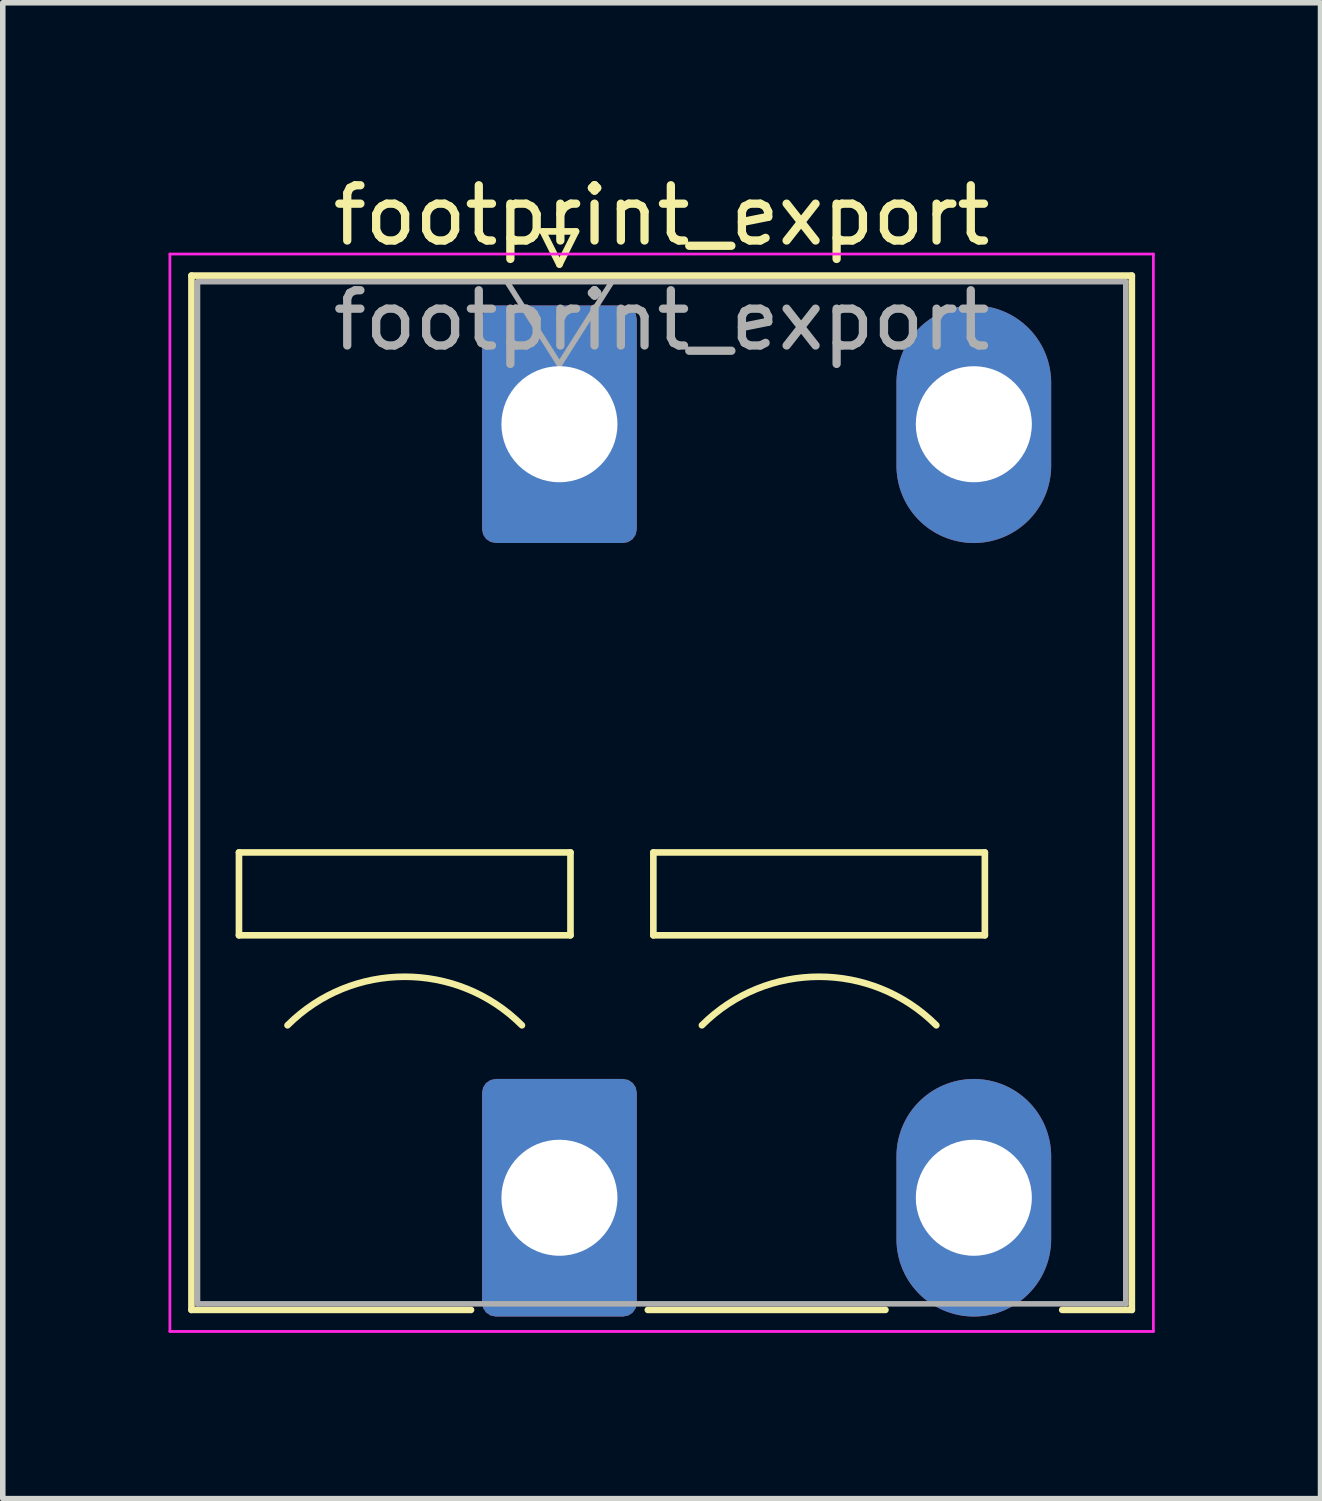
<source format=kicad_pcb>
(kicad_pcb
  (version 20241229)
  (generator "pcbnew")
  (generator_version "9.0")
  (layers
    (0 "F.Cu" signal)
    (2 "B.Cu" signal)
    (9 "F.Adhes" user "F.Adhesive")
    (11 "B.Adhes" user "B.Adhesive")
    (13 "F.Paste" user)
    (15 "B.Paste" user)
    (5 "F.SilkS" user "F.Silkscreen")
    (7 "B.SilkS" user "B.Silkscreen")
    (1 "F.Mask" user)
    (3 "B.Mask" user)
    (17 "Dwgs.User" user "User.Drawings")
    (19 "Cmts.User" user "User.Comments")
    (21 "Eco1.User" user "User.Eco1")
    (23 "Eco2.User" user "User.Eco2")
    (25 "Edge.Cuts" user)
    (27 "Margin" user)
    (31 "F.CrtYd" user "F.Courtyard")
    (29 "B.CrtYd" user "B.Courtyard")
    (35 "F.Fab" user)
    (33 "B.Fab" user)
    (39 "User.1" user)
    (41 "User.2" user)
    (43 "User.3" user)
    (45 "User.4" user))
  (footprint "footprint_export"
    (layer "F.Cu")
    (at 7.075 4.628)
    (property "Reference" "footprint_export" (at 1.85 -3.78 0) (layer "F.SilkS") (effects (font (size 1 1) (thickness 0.15))))
    (attr through_hole)
    (fp_line (start -6.66 -2.69) (end 10.36 -2.69) (stroke (width 0.12) (type solid)) (layer "F.SilkS"))
    (fp_line (start -6.66 16.03) (end -6.66 -2.69) (stroke (width 0.12) (type solid)) (layer "F.SilkS"))
    (fp_line (start -6.66 16.03) (end -1.6 16.03) (stroke (width 0.12) (type solid)) (layer "F.SilkS"))
    (fp_line (start -5.8 7.75) (end -5.8 9.25) (stroke (width 0.12) (type solid)) (layer "F.SilkS"))
    (fp_line (start -5.8 9.25) (end 0.2 9.25) (stroke (width 0.12) (type solid)) (layer "F.SilkS"))
    (fp_line (start -0.3 -3.49) (end 0 -2.89) (stroke (width 0.12) (type solid)) (layer "F.SilkS"))
    (fp_line (start -0.3 -3.49) (end 0.3 -3.49) (stroke (width 0.12) (type solid)) (layer "F.SilkS"))
    (fp_line (start 0.2 7.75) (end -5.8 7.75) (stroke (width 0.12) (type solid)) (layer "F.SilkS"))
    (fp_line (start 0.2 9.25) (end 0.2 7.75) (stroke (width 0.12) (type solid)) (layer "F.SilkS"))
    (fp_line (start 0.3 -3.49) (end 0 -2.89) (stroke (width 0.12) (type solid)) (layer "F.SilkS"))
    (fp_line (start 1.6 16.03) (end 5.9 16.03) (stroke (width 0.12) (type solid)) (layer "F.SilkS"))
    (fp_line (start 1.7 7.75) (end 1.7 9.25) (stroke (width 0.12) (type solid)) (layer "F.SilkS"))
    (fp_line (start 1.7 9.25) (end 7.7 9.25) (stroke (width 0.12) (type solid)) (layer "F.SilkS"))
    (fp_line (start 7.7 7.75) (end 1.7 7.75) (stroke (width 0.12) (type solid)) (layer "F.SilkS"))
    (fp_line (start 7.7 9.25) (end 7.7 7.75) (stroke (width 0.12) (type solid)) (layer "F.SilkS"))
    (fp_line (start 9.1 16.03) (end 10.36 16.03) (stroke (width 0.12) (type solid)) (layer "F.SilkS"))
    (fp_line (start 10.36 -2.69) (end 10.36 16.03) (stroke (width 0.12) (type solid)) (layer "F.SilkS"))
    (fp_arc (start -4.92132 10.87868) (mid -2.8 10) (end -0.67868 10.87868) (stroke (width 0.12) (type solid)) (layer "F.SilkS"))
    (fp_arc (start 2.57868 10.87868) (mid 4.7 10) (end 6.82132 10.87868) (stroke (width 0.12) (type solid)) (layer "F.SilkS"))
    (fp_line (start -7.05 -3.08) (end -7.05 16.42) (stroke (width 0.05) (type solid)) (layer "F.CrtYd"))
    (fp_line (start -7.05 16.42) (end 10.75 16.42) (stroke (width 0.05) (type solid)) (layer "F.CrtYd"))
    (fp_line (start 10.75 -3.08) (end -7.05 -3.08) (stroke (width 0.05) (type solid)) (layer "F.CrtYd"))
    (fp_line (start 10.75 16.42) (end 10.75 -3.08) (stroke (width 0.05) (type solid)) (layer "F.CrtYd"))
    (fp_line (start -6.55 -2.58) (end -6.55 15.92) (stroke (width 0.1) (type solid)) (layer "F.Fab"))
    (fp_line (start -6.55 15.92) (end 10.25 15.92) (stroke (width 0.1) (type solid)) (layer "F.Fab"))
    (fp_line (start -0.95 -2.58) (end 0 -1.08) (stroke (width 0.1) (type solid)) (layer "F.Fab"))
    (fp_line (start 0.95 -2.58) (end 0 -1.08) (stroke (width 0.1) (type solid)) (layer "F.Fab"))
    (fp_line (start 10.25 -2.58) (end -6.55 -2.58) (stroke (width 0.1) (type solid)) (layer "F.Fab"))
    (fp_line (start 10.25 15.92) (end 10.25 -2.58) (stroke (width 0.1) (type solid)) (layer "F.Fab"))
    (fp_text user "${REFERENCE}" (at 1.85 -1.88 0) (layer "F.Fab") (effects (font (size 1 1) (thickness 0.15))))
    (pad "1" thru_hole roundrect (at 0 0) (size 2.8 4.3) (drill 2.1) (layers "*.Cu" "*.Mask") (roundrect_rratio 0.089))
    (pad "1" thru_hole roundrect (at 0 14) (size 2.8 4.3) (drill 2.1) (layers "*.Cu" "*.Mask") (roundrect_rratio 0.089))
    (pad "2" thru_hole oval (at 7.5 0) (size 2.8 4.3) (drill 2.1) (layers "*.Cu" "*.Mask"))
    (pad "2" thru_hole oval (at 7.5 14) (size 2.8 4.3) (drill 2.1) (layers "*.Cu" "*.Mask")))
  (gr_rect
    (start -3 -3)
    (end 20.85 24.073)
    (stroke (width 0.1) (type default))
    (fill no)
    (layer "Edge.Cuts")))
</source>
